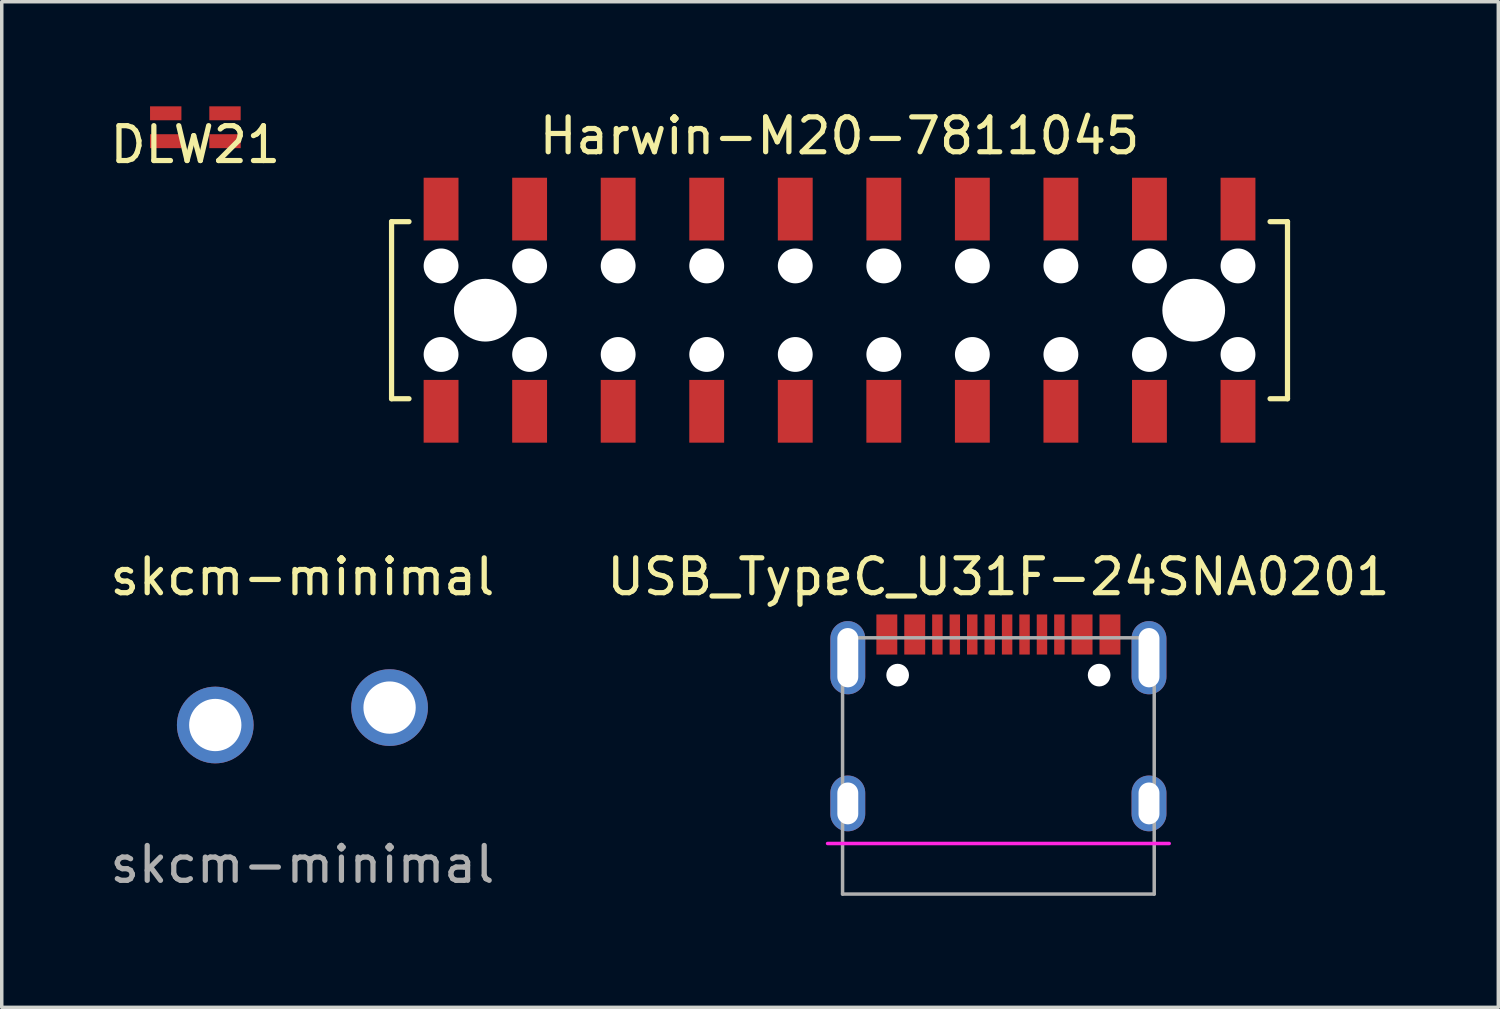
<source format=kicad_pcb>
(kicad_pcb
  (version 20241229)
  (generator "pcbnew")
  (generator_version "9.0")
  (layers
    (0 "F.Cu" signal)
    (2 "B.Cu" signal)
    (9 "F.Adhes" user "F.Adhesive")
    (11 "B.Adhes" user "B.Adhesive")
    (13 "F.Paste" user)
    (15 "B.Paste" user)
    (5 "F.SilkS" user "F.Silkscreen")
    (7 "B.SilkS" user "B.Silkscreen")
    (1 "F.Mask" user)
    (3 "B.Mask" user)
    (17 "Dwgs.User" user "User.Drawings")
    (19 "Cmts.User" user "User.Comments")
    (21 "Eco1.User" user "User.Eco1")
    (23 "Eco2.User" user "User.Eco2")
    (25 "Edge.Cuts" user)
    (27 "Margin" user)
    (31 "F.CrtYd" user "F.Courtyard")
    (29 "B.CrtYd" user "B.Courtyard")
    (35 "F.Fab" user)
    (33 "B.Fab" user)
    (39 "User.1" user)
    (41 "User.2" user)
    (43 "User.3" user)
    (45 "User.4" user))
  (footprint "DLW21"
    (layer "F.Cu")
    (at 2.554 0.6)
    (property "Reference" "DLW21" (at 0 0.5 0) (layer "F.SilkS") (effects (font (size 1 1) (thickness 0.15))))
    (attr through_hole)
    (pad "1" smd rect (at -0.85 -0.4) (size 0.9 0.4) (layers "F.Cu" "F.Mask" "F.Paste"))
    (pad "2" smd rect (at 0.85 -0.4) (size 0.9 0.4) (layers "F.Cu" "F.Mask" "F.Paste"))
    (pad "3" smd rect (at 0.85 0.4) (size 0.9 0.4) (layers "F.Cu" "F.Mask" "F.Paste"))
    (pad "4" smd rect (at -0.85 0.4) (size 0.9 0.4) (layers "F.Cu" "F.Mask" "F.Paste")))
  (footprint "skcm-minimal"
    (layer "F.Cu")
    (at 5.585 17.247)
    (property "Reference" "skcm-minimal" (at 0.04 -3.75 0) (layer "F.SilkS") (effects (font (size 1 1) (thickness 0.15))))
    (attr through_hole)
    (fp_text user "${REFERENCE}" (at 0.04 4.5 0) (layer "F.Fab") (effects (font (size 1 1) (thickness 0.15))))
    (pad "1" thru_hole circle (at 2.54 0) (size 2.2 2.2) (drill 1.5) (layers "*.Cu" "*.Mask"))
    (pad "2" thru_hole circle (at -2.46 0.5) (size 2.2 2.2) (drill 1.5) (layers "*.Cu" "*.Mask")))
  (footprint "USB_TypeC_U31F-24SNA0201"
    (layer "F.Cu")
    (at 25.589 22.596)
    (property "Reference" "USB_TypeC_U31F-24SNA0201" (at 0 -9.1 0) (layer "F.SilkS") (effects (font (size 1 1) (thickness 0.15))))
    (attr through_hole)
    (fp_line (start -4.9 -1.45) (end 4.9 -1.45) (stroke (width 0.1) (type solid)) (layer "F.CrtYd"))
    (fp_line (start -4.47 -7.35) (end -4.47 0) (stroke (width 0.1) (type solid)) (layer "F.Fab"))
    (fp_line (start -4.47 0) (end 4.47 0) (stroke (width 0.1) (type solid)) (layer "F.Fab"))
    (fp_line (start 4.47 -7.35) (end -4.47 -7.35) (stroke (width 0.1) (type solid)) (layer "F.Fab"))
    (fp_line (start 4.47 0) (end 4.47 -7.35) (stroke (width 0.1) (type solid)) (layer "F.Fab"))
    (pad "" np_thru_hole circle (at -2.89 -6.28) (size 0.65 0.65) (drill 0.65) (layers "*.Cu" "*.Mask"))
    (pad "" np_thru_hole circle (at 2.89 -6.28) (size 0.65 0.65) (drill 0.65) (layers "*.Cu" "*.Mask"))
    (pad "A1" smd rect (at -3.2 -7.445) (size 0.6 1.15) (layers "F.Cu" "F.Mask" "F.Paste"))
    (pad "A4" smd rect (at -2.4 -7.445) (size 0.6 1.15) (layers "F.Cu" "F.Mask" "F.Paste"))
    (pad "A5" smd rect (at -1.25 -7.445) (size 0.3 1.15) (layers "F.Cu" "F.Mask" "F.Paste"))
    (pad "A6" smd rect (at -0.25 -7.445) (size 0.3 1.15) (layers "F.Cu" "F.Mask" "F.Paste"))
    (pad "A7" smd rect (at 0.25 -7.445) (size 0.3 1.15) (layers "F.Cu" "F.Mask" "F.Paste"))
    (pad "A8" smd rect (at 1.25 -7.445) (size 0.3 1.15) (layers "F.Cu" "F.Mask" "F.Paste"))
    (pad "B1" smd rect (at 3.2 -7.445) (size 0.6 1.15) (layers "F.Cu" "F.Mask" "F.Paste"))
    (pad "B4" smd rect (at 2.4 -7.445) (size 0.6 1.15) (layers "F.Cu" "F.Mask" "F.Paste"))
    (pad "B5" smd rect (at 1.75 -7.445) (size 0.3 1.15) (layers "F.Cu" "F.Mask" "F.Paste"))
    (pad "B6" smd rect (at 0.75 -7.445) (size 0.3 1.15) (layers "F.Cu" "F.Mask" "F.Paste"))
    (pad "B7" smd rect (at -0.75 -7.445) (size 0.3 1.15) (layers "F.Cu" "F.Mask" "F.Paste"))
    (pad "B8" smd rect (at -1.75 -7.445) (size 0.3 1.15) (layers "F.Cu" "F.Mask" "F.Paste"))
    (pad "S1" thru_hole oval (at -4.32 -6.78) (size 1 2.1) (drill oval 0.6 1.7) (layers "*.Cu" "*.Mask"))
    (pad "S1" thru_hole oval (at -4.32 -2.6) (size 1 1.6) (drill oval 0.6 1.2) (layers "*.Cu" "*.Mask"))
    (pad "S1" thru_hole oval (at 4.32 -6.78) (size 1 2.1) (drill oval 0.6 1.7) (layers "*.Cu" "*.Mask"))
    (pad "S1" thru_hole oval (at 4.32 -2.6) (size 1 1.6) (drill oval 0.6 1.2) (layers "*.Cu" "*.Mask")))
  (footprint "Harwin-M20-7811045"
    (layer "F.Cu")
    (at 21.032 5.848)
    (property "Reference" "Harwin-M20-7811045" (at 0 -5 0) (layer "F.SilkS") (effects (font (size 1 1) (thickness 0.15))))
    (attr through_hole)
    (fp_line (start -12.85 -2.54) (end -12.35 -2.54) (stroke (width 0.15) (type solid)) (layer "F.SilkS"))
    (fp_line (start -12.85 2.54) (end -12.85 -2.54) (stroke (width 0.15) (type solid)) (layer "F.SilkS"))
    (fp_line (start -12.85 2.54) (end -12.35 2.54) (stroke (width 0.15) (type solid)) (layer "F.SilkS"))
    (fp_line (start 12.35 -2.54) (end 12.85 -2.54) (stroke (width 0.15) (type solid)) (layer "F.SilkS"))
    (fp_line (start 12.35 2.54) (end 12.85 2.54) (stroke (width 0.15) (type solid)) (layer "F.SilkS"))
    (fp_line (start 12.85 -2.54) (end 12.85 2.54) (stroke (width 0.15) (type solid)) (layer "F.SilkS"))
    (pad "" np_thru_hole circle (at -11.43 -1.27) (size 1 1) (drill 1) (layers "*.Cu" "*.Mask"))
    (pad "" np_thru_hole circle (at -11.43 1.27) (size 1 1) (drill 1) (layers "*.Cu" "*.Mask"))
    (pad "" np_thru_hole circle (at -10.16 0) (size 1.8 1.8) (drill 1.8) (layers "*.Cu" "*.Mask"))
    (pad "" np_thru_hole circle (at -8.89 -1.27) (size 1 1) (drill 1) (layers "*.Cu" "*.Mask"))
    (pad "" np_thru_hole circle (at -8.89 1.27) (size 1 1) (drill 1) (layers "*.Cu" "*.Mask"))
    (pad "" np_thru_hole circle (at -6.35 -1.27) (size 1 1) (drill 1) (layers "*.Cu" "*.Mask"))
    (pad "" np_thru_hole circle (at -6.35 1.27) (size 1 1) (drill 1) (layers "*.Cu" "*.Mask"))
    (pad "" np_thru_hole circle (at -3.81 -1.27) (size 1 1) (drill 1) (layers "*.Cu" "*.Mask"))
    (pad "" np_thru_hole circle (at -3.81 1.27) (size 1 1) (drill 1) (layers "*.Cu" "*.Mask"))
    (pad "" np_thru_hole circle (at -1.27 -1.27) (size 1 1) (drill 1) (layers "*.Cu" "*.Mask"))
    (pad "" np_thru_hole circle (at -1.27 1.27) (size 1 1) (drill 1) (layers "*.Cu" "*.Mask"))
    (pad "" np_thru_hole circle (at 1.27 -1.27) (size 1 1) (drill 1) (layers "*.Cu" "*.Mask"))
    (pad "" np_thru_hole circle (at 1.27 1.27) (size 1 1) (drill 1) (layers "*.Cu" "*.Mask"))
    (pad "" np_thru_hole circle (at 3.81 -1.27) (size 1 1) (drill 1) (layers "*.Cu" "*.Mask"))
    (pad "" np_thru_hole circle (at 3.81 1.27) (size 1 1) (drill 1) (layers "*.Cu" "*.Mask"))
    (pad "" np_thru_hole circle (at 6.35 -1.27) (size 1 1) (drill 1) (layers "*.Cu" "*.Mask"))
    (pad "" np_thru_hole circle (at 6.35 1.27) (size 1 1) (drill 1) (layers "*.Cu" "*.Mask"))
    (pad "" np_thru_hole circle (at 8.89 -1.27) (size 1 1) (drill 1) (layers "*.Cu" "*.Mask"))
    (pad "" np_thru_hole circle (at 8.89 1.27) (size 1 1) (drill 1) (layers "*.Cu" "*.Mask"))
    (pad "" np_thru_hole circle (at 10.16 0) (size 1.8 1.8) (drill 1.8) (layers "*.Cu" "*.Mask"))
    (pad "" np_thru_hole circle (at 11.43 -1.27) (size 1 1) (drill 1) (layers "*.Cu" "*.Mask"))
    (pad "" np_thru_hole circle (at 11.43 1.27) (size 1 1) (drill 1) (layers "*.Cu" "*.Mask"))
    (pad "1" smd rect (at 11.43 -2.9) (size 1 1.8) (layers "F.Cu" "F.Mask" "F.Paste"))
    (pad "2" smd rect (at 8.89 -2.9) (size 1 1.8) (layers "F.Cu" "F.Mask" "F.Paste"))
    (pad "3" smd rect (at 6.35 -2.9) (size 1 1.8) (layers "F.Cu" "F.Mask" "F.Paste"))
    (pad "4" smd rect (at 3.81 -2.9) (size 1 1.8) (layers "F.Cu" "F.Mask" "F.Paste"))
    (pad "5" smd rect (at 1.27 -2.9) (size 1 1.8) (layers "F.Cu" "F.Mask" "F.Paste"))
    (pad "6" smd rect (at -1.27 -2.9) (size 1 1.8) (layers "F.Cu" "F.Mask" "F.Paste"))
    (pad "7" smd rect (at -3.81 -2.9) (size 1 1.8) (layers "F.Cu" "F.Mask" "F.Paste"))
    (pad "8" smd rect (at -6.35 -2.9) (size 1 1.8) (layers "F.Cu" "F.Mask" "F.Paste"))
    (pad "9" smd rect (at -8.89 -2.9) (size 1 1.8) (layers "F.Cu" "F.Mask" "F.Paste"))
    (pad "10" smd rect (at -11.43 -2.9) (size 1 1.8) (layers "F.Cu" "F.Mask" "F.Paste"))
    (pad "11" smd rect (at -11.43 2.9) (size 1 1.8) (layers "F.Cu" "F.Mask" "F.Paste"))
    (pad "12" smd rect (at -8.89 2.9) (size 1 1.8) (layers "F.Cu" "F.Mask" "F.Paste"))
    (pad "13" smd rect (at -6.35 2.9) (size 1 1.8) (layers "F.Cu" "F.Mask" "F.Paste"))
    (pad "14" smd rect (at -3.81 2.9) (size 1 1.8) (layers "F.Cu" "F.Mask" "F.Paste"))
    (pad "15" smd rect (at -1.27 2.9) (size 1 1.8) (layers "F.Cu" "F.Mask" "F.Paste"))
    (pad "16" smd rect (at 1.27 2.9) (size 1 1.8) (layers "F.Cu" "F.Mask" "F.Paste"))
    (pad "17" smd rect (at 3.81 2.9) (size 1 1.8) (layers "F.Cu" "F.Mask" "F.Paste"))
    (pad "18" smd rect (at 6.35 2.9) (size 1 1.8) (layers "F.Cu" "F.Mask" "F.Paste"))
    (pad "19" smd rect (at 8.89 2.9) (size 1 1.8) (layers "F.Cu" "F.Mask" "F.Paste"))
    (pad "20" smd rect (at 11.43 2.9) (size 1 1.8) (layers "F.Cu" "F.Mask" "F.Paste")))
  (gr_rect
    (start -3 -3)
    (end 39.929 25.846)
    (stroke (width 0.1) (type default))
    (fill no)
    (layer "Edge.Cuts")))
</source>
